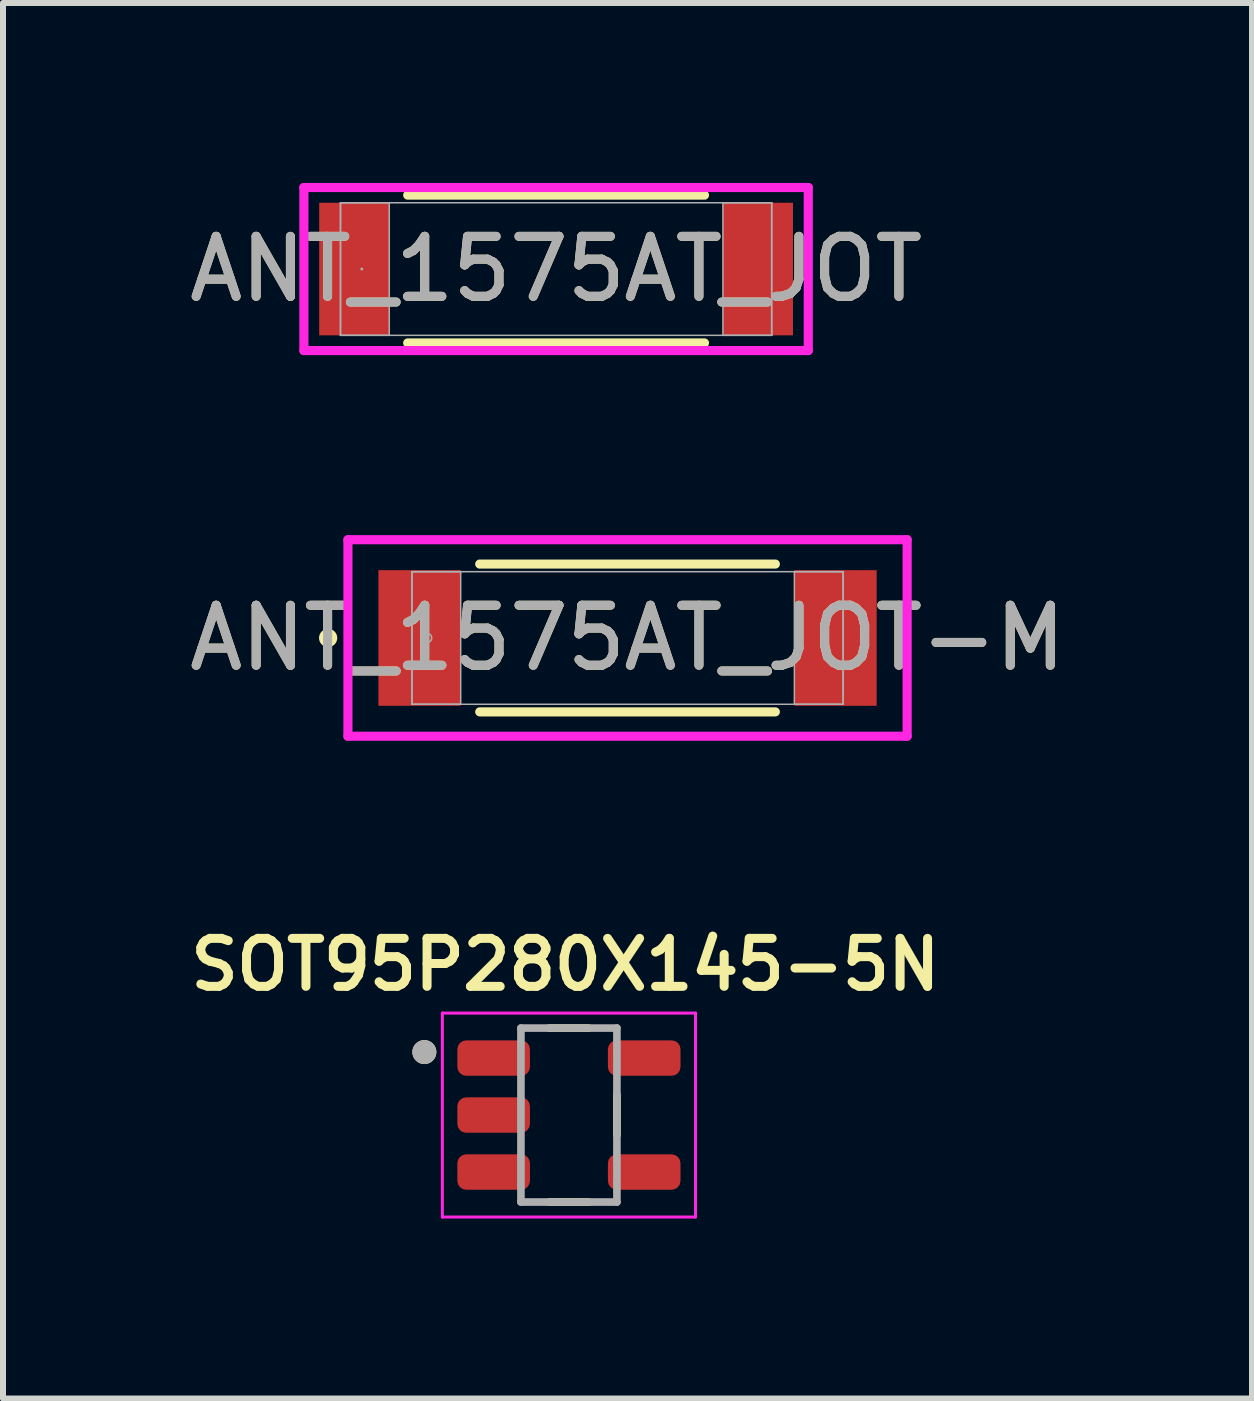
<source format=kicad_pcb>
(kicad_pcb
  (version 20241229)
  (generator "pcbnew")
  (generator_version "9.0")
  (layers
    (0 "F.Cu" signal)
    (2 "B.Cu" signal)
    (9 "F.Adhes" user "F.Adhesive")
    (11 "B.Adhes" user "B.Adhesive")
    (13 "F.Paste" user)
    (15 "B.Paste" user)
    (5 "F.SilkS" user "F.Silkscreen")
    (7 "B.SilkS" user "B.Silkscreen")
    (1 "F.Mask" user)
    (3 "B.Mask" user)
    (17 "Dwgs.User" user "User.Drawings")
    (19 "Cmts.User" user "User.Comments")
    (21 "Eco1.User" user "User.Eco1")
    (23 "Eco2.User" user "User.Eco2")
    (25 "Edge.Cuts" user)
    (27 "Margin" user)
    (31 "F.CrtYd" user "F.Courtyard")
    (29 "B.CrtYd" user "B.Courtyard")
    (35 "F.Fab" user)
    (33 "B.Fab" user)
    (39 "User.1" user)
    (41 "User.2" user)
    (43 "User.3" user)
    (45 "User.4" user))
  (footprint "ANT_1575AT_JOT-M"
    (layer "F.Cu")
    (at 7.411 7.585)
    (property "Reference" "ANT_1575AT_JOT-M" (at 0 0 0) (unlocked yes) (layer "F.SilkS") (effects (font (size 1 1) (thickness 0.15))))
    (attr smd)
    (fp_line (start -2.464 1.232) (end 2.464 1.232) (stroke (width 0.152) (type solid)) (layer "F.SilkS"))
    (fp_line (start 2.464 -1.232) (end -2.464 -1.232) (stroke (width 0.152) (type solid)) (layer "F.SilkS"))
    (fp_circle (center -4.991 0) (end -4.915 0) (stroke (width 0.152) (type solid)) (fill no) (layer "F.SilkS"))
    (fp_line (start -4.661 -1.638) (end 4.661 -1.638) (stroke (width 0.152) (type solid)) (layer "F.CrtYd"))
    (fp_line (start -4.661 1.638) (end -4.661 -1.638) (stroke (width 0.152) (type solid)) (layer "F.CrtYd"))
    (fp_line (start 4.661 -1.638) (end 4.661 1.638) (stroke (width 0.152) (type solid)) (layer "F.CrtYd"))
    (fp_line (start 4.661 1.638) (end -4.661 1.638) (stroke (width 0.152) (type solid)) (layer "F.CrtYd"))
    (fp_line (start -3.594 -1.105) (end -3.594 1.105) (stroke (width 0.025) (type solid)) (layer "F.Fab"))
    (fp_line (start -3.594 -1.105) (end -3.594 1.105) (stroke (width 0.025) (type solid)) (layer "F.Fab"))
    (fp_line (start -3.594 1.105) (end -2.781 1.105) (stroke (width 0.025) (type solid)) (layer "F.Fab"))
    (fp_line (start -3.594 1.105) (end 3.594 1.105) (stroke (width 0.025) (type solid)) (layer "F.Fab"))
    (fp_line (start -2.781 -1.105) (end -3.594 -1.105) (stroke (width 0.025) (type solid)) (layer "F.Fab"))
    (fp_line (start -2.781 1.105) (end -2.781 -1.105) (stroke (width 0.025) (type solid)) (layer "F.Fab"))
    (fp_line (start 2.781 -1.105) (end 2.781 1.105) (stroke (width 0.025) (type solid)) (layer "F.Fab"))
    (fp_line (start 2.781 1.105) (end 3.594 1.105) (stroke (width 0.025) (type solid)) (layer "F.Fab"))
    (fp_line (start 3.594 -1.105) (end -3.594 -1.105) (stroke (width 0.025) (type solid)) (layer "F.Fab"))
    (fp_line (start 3.594 -1.105) (end 2.781 -1.105) (stroke (width 0.025) (type solid)) (layer "F.Fab"))
    (fp_line (start 3.594 1.105) (end 3.594 -1.105) (stroke (width 0.025) (type solid)) (layer "F.Fab"))
    (fp_line (start 3.594 1.105) (end 3.594 -1.105) (stroke (width 0.025) (type solid)) (layer "F.Fab"))
    (fp_circle (center -3.34 0) (end -3.264 0) (stroke (width 0.025) (type solid)) (fill no) (layer "F.Fab"))
    (fp_text user "${REFERENCE}" (at 0 0 0) (unlocked yes) (layer "F.Fab") (effects (font (size 1 1) (thickness 0.15))))
    (pad "1" smd rect (at -3.467 0) (size 1.372 2.261) (layers "F.Cu" "F.Mask" "F.Paste"))
    (pad "2" smd rect (at 3.467 0) (size 1.372 2.261) (layers "F.Cu" "F.Mask" "F.Paste"))
    (zone (net_name "") (layer "F.Cu") (hatch full 0.508) (connect_pads) (min_thickness 0.254) (filled_areas_thickness no) (keepout (tracks not_allowed) (vias not_allowed) (pads allowed) (copperpour not_allowed) (footprints allowed)) (placement (enabled no)) (fill) (polygon (pts (xy 4.68 6.531) (xy 10.141 6.531) (xy 10.141 8.639) (xy 4.68 8.639)))))
  (footprint "SOT95P280X145-5N"
    (layer "F.Cu")
    (at 6.434 15.538)
    (property "Reference" "SOT95P280X145-5N" (at -0.06 -2.508 0) (layer "F.SilkS") (effects (font (size 0.8 0.8) (thickness 0.15))))
    (attr smd)
    (fp_line (start -0.33 -1.45) (end 0.33 -1.45) (stroke (width 0.127) (type solid)) (layer "F.SilkS"))
    (fp_line (start 0.33 1.45) (end -0.33 1.45) (stroke (width 0.127) (type solid)) (layer "F.SilkS"))
    (fp_line (start 0.8 -0.335) (end 0.8 0.335) (stroke (width 0.127) (type solid)) (layer "F.SilkS"))
    (fp_circle (center -2.41 -1.05) (end -2.31 -1.05) (stroke (width 0.2) (type solid)) (fill no) (layer "F.SilkS"))
    (fp_line (start -2.11 -1.7) (end 2.11 -1.7) (stroke (width 0.05) (type solid)) (layer "F.CrtYd"))
    (fp_line (start -2.11 1.7) (end -2.11 -1.7) (stroke (width 0.05) (type solid)) (layer "F.CrtYd"))
    (fp_line (start 2.11 -1.7) (end 2.11 1.7) (stroke (width 0.05) (type solid)) (layer "F.CrtYd"))
    (fp_line (start 2.11 1.7) (end -2.11 1.7) (stroke (width 0.05) (type solid)) (layer "F.CrtYd"))
    (fp_line (start -0.8 -1.45) (end 0.8 -1.45) (stroke (width 0.127) (type solid)) (layer "F.Fab"))
    (fp_line (start -0.8 1.45) (end -0.8 -1.45) (stroke (width 0.127) (type solid)) (layer "F.Fab"))
    (fp_line (start 0.8 -1.45) (end 0.8 1.45) (stroke (width 0.127) (type solid)) (layer "F.Fab"))
    (fp_line (start 0.8 1.45) (end -0.8 1.45) (stroke (width 0.127) (type solid)) (layer "F.Fab"))
    (fp_circle (center -2.41 -1.05) (end -2.31 -1.05) (stroke (width 0.2) (type solid)) (fill no) (layer "F.Fab"))
    (pad "1" smd roundrect (at -1.255 -0.95) (size 1.21 0.59) (layers "F.Cu" "F.Mask" "F.Paste") (roundrect_rratio 0.25))
    (pad "2" smd roundrect (at -1.255 0) (size 1.21 0.59) (layers "F.Cu" "F.Mask" "F.Paste") (roundrect_rratio 0.25))
    (pad "3" smd roundrect (at -1.255 0.95) (size 1.21 0.59) (layers "F.Cu" "F.Mask" "F.Paste") (roundrect_rratio 0.25))
    (pad "4" smd roundrect (at 1.255 0.95) (size 1.21 0.59) (layers "F.Cu" "F.Mask" "F.Paste") (roundrect_rratio 0.25))
    (pad "5" smd roundrect (at 1.255 -0.95) (size 1.21 0.59) (layers "F.Cu" "F.Mask" "F.Paste") (roundrect_rratio 0.25)))
  (footprint "ANT_1575AT_JOT"
    (layer "F.Cu")
    (at 6.22 1.435)
    (property "Reference" "ANT_1575AT_JOT" (at 0 0 0) (unlocked yes) (layer "F.SilkS") (effects (font (size 1 1) (thickness 0.15))))
    (attr smd)
    (fp_line (start -2.474 1.232) (end 2.474 1.232) (stroke (width 0.152) (type solid)) (layer "F.SilkS"))
    (fp_line (start 2.474 -1.232) (end -2.474 -1.232) (stroke (width 0.152) (type solid)) (layer "F.SilkS"))
    (fp_line (start -4.204 -1.359) (end 4.204 -1.359) (stroke (width 0.152) (type solid)) (layer "F.CrtYd"))
    (fp_line (start -4.204 1.359) (end -4.204 -1.359) (stroke (width 0.152) (type solid)) (layer "F.CrtYd"))
    (fp_line (start 4.204 -1.359) (end 4.204 1.359) (stroke (width 0.152) (type solid)) (layer "F.CrtYd"))
    (fp_line (start 4.204 1.359) (end -4.204 1.359) (stroke (width 0.152) (type solid)) (layer "F.CrtYd"))
    (fp_line (start -3.594 -1.105) (end -3.594 1.105) (stroke (width 0.025) (type solid)) (layer "F.Fab"))
    (fp_line (start -3.594 -1.105) (end -3.594 1.105) (stroke (width 0.025) (type solid)) (layer "F.Fab"))
    (fp_line (start -3.594 1.105) (end -2.781 1.105) (stroke (width 0.025) (type solid)) (layer "F.Fab"))
    (fp_line (start -3.594 1.105) (end 3.594 1.105) (stroke (width 0.025) (type solid)) (layer "F.Fab"))
    (fp_line (start -2.781 -1.105) (end -3.594 -1.105) (stroke (width 0.025) (type solid)) (layer "F.Fab"))
    (fp_line (start -2.781 1.105) (end -2.781 -1.105) (stroke (width 0.025) (type solid)) (layer "F.Fab"))
    (fp_line (start 2.781 -1.105) (end 2.781 1.105) (stroke (width 0.025) (type solid)) (layer "F.Fab"))
    (fp_line (start 2.781 1.105) (end 3.594 1.105) (stroke (width 0.025) (type solid)) (layer "F.Fab"))
    (fp_line (start 3.594 -1.105) (end -3.594 -1.105) (stroke (width 0.025) (type solid)) (layer "F.Fab"))
    (fp_line (start 3.594 -1.105) (end 2.781 -1.105) (stroke (width 0.025) (type solid)) (layer "F.Fab"))
    (fp_line (start 3.594 1.105) (end 3.594 -1.105) (stroke (width 0.025) (type solid)) (layer "F.Fab"))
    (fp_line (start 3.594 1.105) (end 3.594 -1.105) (stroke (width 0.025) (type solid)) (layer "F.Fab"))
    (fp_circle (center -3.239 0) (end -3.239 0) (stroke (width 0.025) (type solid)) (fill no) (layer "F.Fab"))
    (fp_text user "${REFERENCE}" (at 0 0 0) (unlocked yes) (layer "F.Fab") (effects (font (size 1 1) (thickness 0.15))))
    (pad "1" smd rect (at -3.365 0) (size 1.168 2.21) (layers "F.Cu" "F.Mask" "F.Paste"))
    (pad "2" smd rect (at 3.365 0) (size 1.168 2.21) (layers "F.Cu" "F.Mask" "F.Paste"))
    (zone (net_name "") (layer "F.Cu") (hatch full 0.508) (connect_pads) (min_thickness 0.254) (filled_areas_thickness no) (keepout (tracks not_allowed) (vias not_allowed) (pads allowed) (copperpour not_allowed) (footprints allowed)) (placement (enabled no)) (fill) (polygon (pts (xy 3.49 0.381) (xy 8.951 0.381) (xy 8.951 2.489) (xy 3.49 2.489)))))
  (gr_rect
    (start -3 -3)
    (end 17.821 20.263)
    (stroke (width 0.1) (type default))
    (fill no)
    (layer "Edge.Cuts")))
</source>
